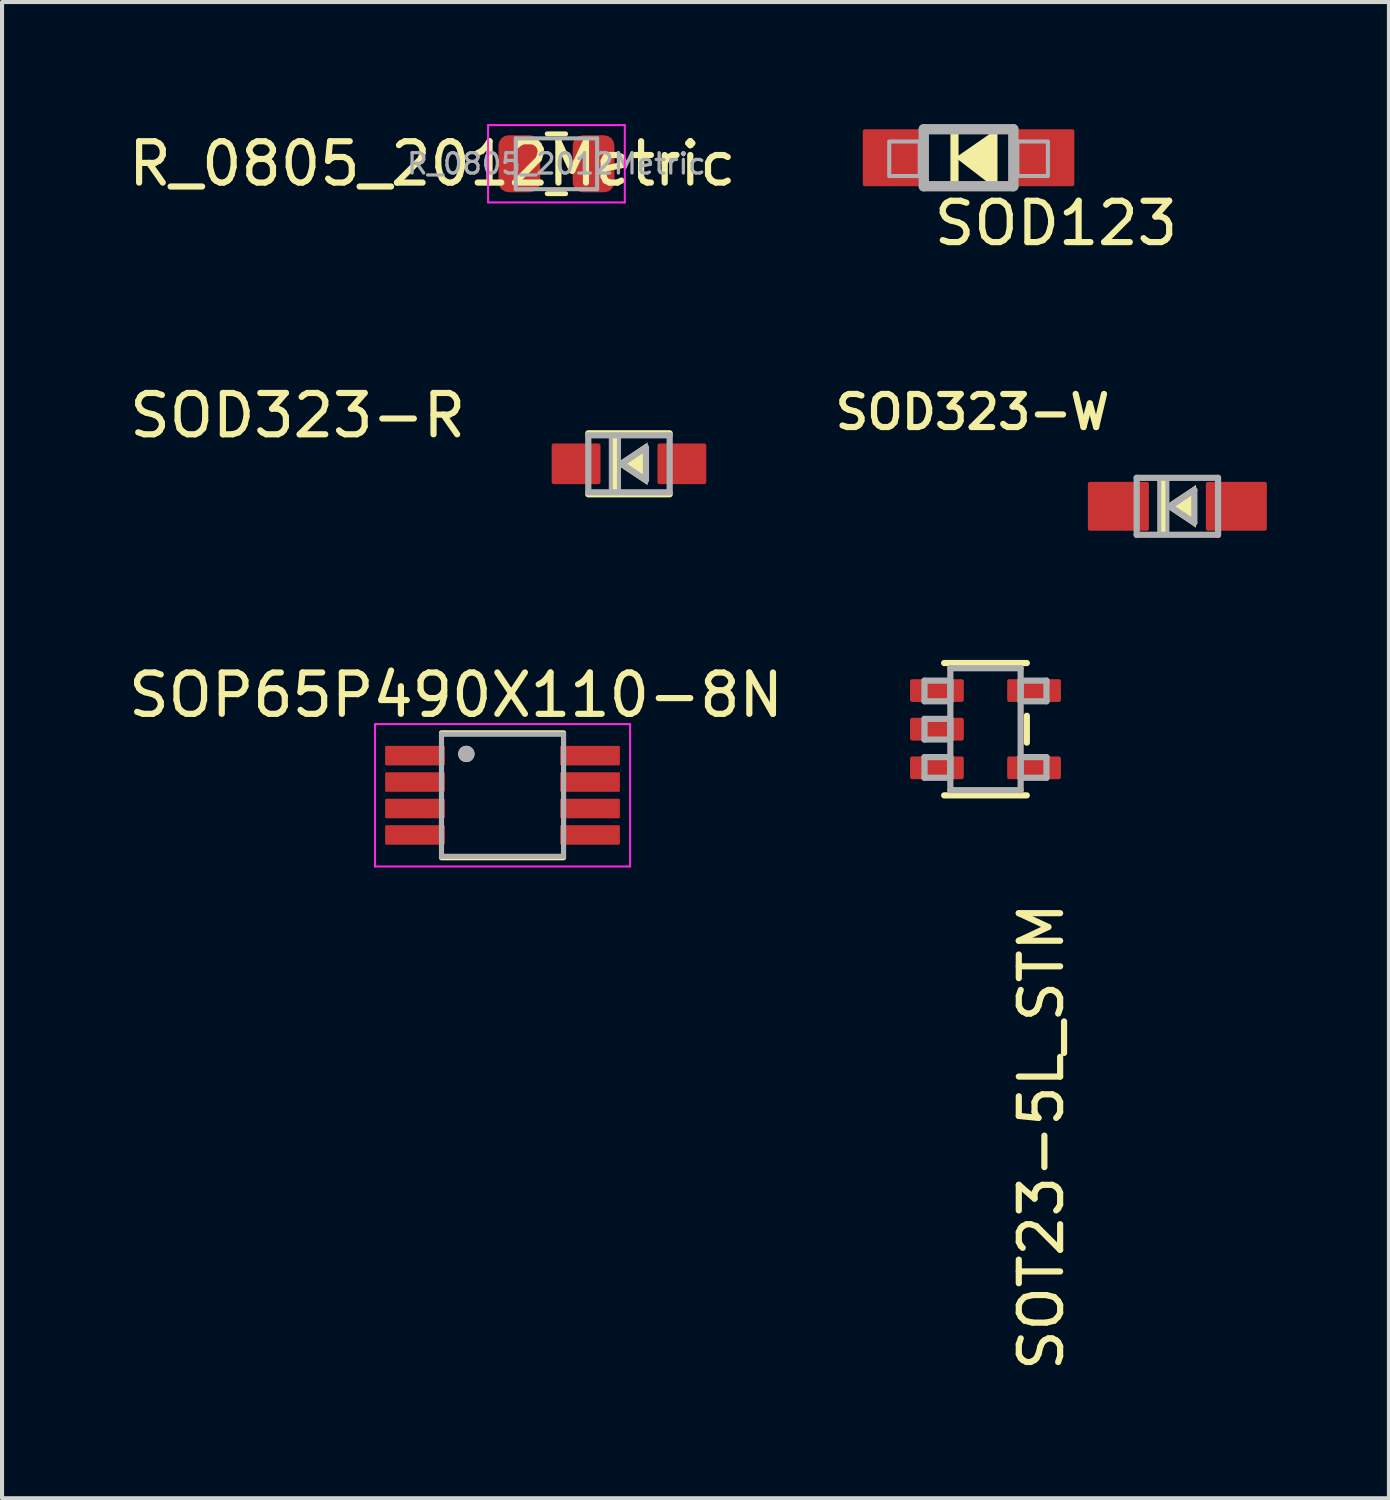
<source format=kicad_pcb>
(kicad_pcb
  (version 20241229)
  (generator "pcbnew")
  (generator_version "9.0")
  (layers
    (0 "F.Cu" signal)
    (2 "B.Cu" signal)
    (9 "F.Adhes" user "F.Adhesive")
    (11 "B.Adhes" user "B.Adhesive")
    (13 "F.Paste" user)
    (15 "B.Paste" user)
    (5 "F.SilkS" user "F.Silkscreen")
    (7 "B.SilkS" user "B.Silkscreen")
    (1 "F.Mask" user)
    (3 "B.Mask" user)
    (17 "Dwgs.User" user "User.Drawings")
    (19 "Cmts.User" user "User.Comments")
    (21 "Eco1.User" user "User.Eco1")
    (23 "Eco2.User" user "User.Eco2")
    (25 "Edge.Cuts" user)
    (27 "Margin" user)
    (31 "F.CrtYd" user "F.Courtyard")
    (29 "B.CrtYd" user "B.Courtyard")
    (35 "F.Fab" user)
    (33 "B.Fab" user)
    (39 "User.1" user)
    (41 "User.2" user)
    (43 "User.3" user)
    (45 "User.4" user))
  (footprint "SOD323-R"
    (layer "F.Cu")
    (at 12.409 8.349)
    (property "Reference" "SOD323-R" (at -3.93 -0.593 180) (layer "F.SilkS") (effects (font (size 1.016 1.016) (thickness 0.152)) (justify right bottom)))
    (attr smd)
    (fp_line (start -1 -0.75) (end 1 -0.75) (stroke (width 0.152) (type solid)) (layer "F.SilkS"))
    (fp_line (start 1 0.75) (end -1 0.75) (stroke (width 0.152) (type solid)) (layer "F.SilkS"))
    (fp_poly (pts (xy 0.457 0.523) (xy -0.328 0) (xy 0.457 -0.523)) (stroke (width 0) (type default)) (fill yes) (layer "F.SilkS"))
    (fp_poly (pts (xy -0.446 0.7) (xy -0.246 0.7) (xy -0.246 -0.7) (xy -0.446 -0.7)) (stroke (width 0) (type default)) (fill yes) (layer "F.SilkS"))
    (fp_line (start -1 -0.7) (end 1 -0.7) (stroke (width 0.152) (type solid)) (layer "F.Fab"))
    (fp_line (start -1 0.7) (end -1 -0.7) (stroke (width 0.152) (type solid)) (layer "F.Fab"))
    (fp_line (start -0.182 0) (end 0.417 -0.4) (stroke (width 0.152) (type solid)) (layer "F.Fab"))
    (fp_line (start 0.417 -0.4) (end 0.417 0.4) (stroke (width 0.152) (type solid)) (layer "F.Fab"))
    (fp_line (start 0.417 0.4) (end -0.182 0) (stroke (width 0.152) (type solid)) (layer "F.Fab"))
    (fp_line (start 1 -0.7) (end 1 0.7) (stroke (width 0.152) (type solid)) (layer "F.Fab"))
    (fp_line (start 1 0.7) (end -1 0.7) (stroke (width 0.152) (type solid)) (layer "F.Fab"))
    (fp_poly (pts (xy -0.446 0.7) (xy -0.246 0.7) (xy -0.246 -0.7) (xy -0.446 -0.7)) (stroke (width 0.1) (type default)) (fill no) (layer "F.Fab"))
    (pad "A" smd roundrect (at 1.3 0) (size 1.2 1) (layers "F.Cu" "F.Mask" "F.Paste") (roundrect_rratio 0.051))
    (pad "C" smd roundrect (at -1.3 0) (size 1.2 1) (layers "F.Cu" "F.Mask" "F.Paste") (roundrect_rratio 0.051)))
  (footprint "SOD323-W"
    (layer "F.Cu")
    (at 25.887 9.394)
    (property "Reference" "SOD323-W" (at -1.587 -1.841 180) (layer "F.SilkS") (effects (font (size 0.813 0.813) (thickness 0.152)) (justify right bottom)))
    (attr smd)
    (fp_poly (pts (xy 0.457 0.523) (xy -0.328 0) (xy 0.457 -0.523)) (stroke (width 0) (type default)) (fill yes) (layer "F.SilkS"))
    (fp_poly (pts (xy -0.446 0.7) (xy -0.246 0.7) (xy -0.246 -0.7) (xy -0.446 -0.7)) (stroke (width 0) (type default)) (fill yes) (layer "F.SilkS"))
    (fp_line (start -1 -0.7) (end 1 -0.7) (stroke (width 0.152) (type solid)) (layer "F.Fab"))
    (fp_line (start -1 0.7) (end -1 -0.7) (stroke (width 0.152) (type solid)) (layer "F.Fab"))
    (fp_line (start -0.182 0) (end 0.417 -0.4) (stroke (width 0.152) (type solid)) (layer "F.Fab"))
    (fp_line (start 0.417 -0.4) (end 0.417 0.4) (stroke (width 0.152) (type solid)) (layer "F.Fab"))
    (fp_line (start 0.417 0.4) (end -0.182 0) (stroke (width 0.152) (type solid)) (layer "F.Fab"))
    (fp_line (start 1 -0.7) (end 1 0.7) (stroke (width 0.152) (type solid)) (layer "F.Fab"))
    (fp_line (start 1 0.7) (end -1 0.7) (stroke (width 0.152) (type solid)) (layer "F.Fab"))
    (fp_poly (pts (xy -0.446 0.7) (xy -0.246 0.7) (xy -0.246 -0.7) (xy -0.446 -0.7)) (stroke (width 0.1) (type default)) (fill no) (layer "F.Fab"))
    (pad "A" smd roundrect (at 1.45 0) (size 1.5 1.2) (layers "F.Cu" "F.Mask" "F.Paste") (roundrect_rratio 0.042))
    (pad "C" smd roundrect (at -1.45 0) (size 1.5 1.2) (layers "F.Cu" "F.Mask" "F.Paste") (roundrect_rratio 0.042)))
  (footprint "SOT23-5L_STM"
    (layer "F.Cu")
    (at 21.171 14.872)
    (property "Reference" "SOT23-5L_STM" (at 0.778 4.18 270) (layer "F.SilkS") (effects (font (size 1.016 1.016) (thickness 0.152)) (justify right top)))
    (attr smd)
    (fp_line (start -1.016 1.626) (end 1.016 1.626) (stroke (width 0.152) (type solid)) (layer "F.SilkS"))
    (fp_line (start 1.016 -1.626) (end -1.016 -1.626) (stroke (width 0.152) (type solid)) (layer "F.SilkS"))
    (fp_line (start 1.016 0.33) (end 1.016 -0.33) (stroke (width 0.152) (type solid)) (layer "F.SilkS"))
    (fp_line (start -1.499 -1.194) (end -1.499 -0.686) (stroke (width 0.152) (type solid)) (layer "F.Fab"))
    (fp_line (start -1.499 -0.686) (end -0.864 -0.686) (stroke (width 0.152) (type solid)) (layer "F.Fab"))
    (fp_line (start -1.499 -0.254) (end -1.499 0.254) (stroke (width 0.152) (type solid)) (layer "F.Fab"))
    (fp_line (start -1.499 0.254) (end -0.864 0.254) (stroke (width 0.152) (type solid)) (layer "F.Fab"))
    (fp_line (start -1.499 0.686) (end -1.499 1.194) (stroke (width 0.152) (type solid)) (layer "F.Fab"))
    (fp_line (start -1.499 1.194) (end -0.864 1.194) (stroke (width 0.152) (type solid)) (layer "F.Fab"))
    (fp_line (start -0.864 -1.499) (end -0.864 1.499) (stroke (width 0.152) (type solid)) (layer "F.Fab"))
    (fp_line (start -0.864 -1.194) (end -1.499 -1.194) (stroke (width 0.152) (type solid)) (layer "F.Fab"))
    (fp_line (start -0.864 -0.686) (end -0.864 -1.194) (stroke (width 0.152) (type solid)) (layer "F.Fab"))
    (fp_line (start -0.864 -0.254) (end -1.499 -0.254) (stroke (width 0.152) (type solid)) (layer "F.Fab"))
    (fp_line (start -0.864 0.254) (end -0.864 -0.254) (stroke (width 0.152) (type solid)) (layer "F.Fab"))
    (fp_line (start -0.864 0.686) (end -1.499 0.686) (stroke (width 0.152) (type solid)) (layer "F.Fab"))
    (fp_line (start -0.864 1.194) (end -0.864 0.686) (stroke (width 0.152) (type solid)) (layer "F.Fab"))
    (fp_line (start -0.864 1.499) (end 0.864 1.499) (stroke (width 0.152) (type solid)) (layer "F.Fab"))
    (fp_line (start 0.864 -1.499) (end -0.864 -1.499) (stroke (width 0.152) (type solid)) (layer "F.Fab"))
    (fp_line (start 0.864 -1.194) (end 0.864 -0.686) (stroke (width 0.152) (type solid)) (layer "F.Fab"))
    (fp_line (start 0.864 -0.686) (end 1.499 -0.686) (stroke (width 0.152) (type solid)) (layer "F.Fab"))
    (fp_line (start 0.864 0.686) (end 0.864 1.194) (stroke (width 0.152) (type solid)) (layer "F.Fab"))
    (fp_line (start 0.864 1.194) (end 1.499 1.194) (stroke (width 0.152) (type solid)) (layer "F.Fab"))
    (fp_line (start 0.864 1.499) (end 0.864 -1.499) (stroke (width 0.152) (type solid)) (layer "F.Fab"))
    (fp_line (start 1.499 -1.194) (end 0.864 -1.194) (stroke (width 0.152) (type solid)) (layer "F.Fab"))
    (fp_line (start 1.499 -0.686) (end 1.499 -1.194) (stroke (width 0.152) (type solid)) (layer "F.Fab"))
    (fp_line (start 1.499 0.686) (end 0.864 0.686) (stroke (width 0.152) (type solid)) (layer "F.Fab"))
    (fp_line (start 1.499 1.194) (end 1.499 0.686) (stroke (width 0.152) (type solid)) (layer "F.Fab"))
    (pad "1" smd roundrect (at -1.194 -0.95) (size 1.321 0.559) (layers "F.Cu" "F.Mask" "F.Paste") (roundrect_rratio 0.091))
    (pad "2" smd roundrect (at -1.194 0) (size 1.321 0.559) (layers "F.Cu" "F.Mask" "F.Paste") (roundrect_rratio 0.091))
    (pad "3" smd roundrect (at -1.194 0.95) (size 1.321 0.559) (layers "F.Cu" "F.Mask" "F.Paste") (roundrect_rratio 0.091))
    (pad "4" smd roundrect (at 1.194 0.95) (size 1.321 0.559) (layers "F.Cu" "F.Mask" "F.Paste") (roundrect_rratio 0.091))
    (pad "5" smd roundrect (at 1.194 -0.95) (size 1.321 0.559) (layers "F.Cu" "F.Mask" "F.Paste") (roundrect_rratio 0.091)))
  (footprint "SOD123"
    (layer "F.Cu")
    (at 20.755 0.827)
    (property "Reference" "SOD123" (at -0.927 2.205 0) (layer "F.SilkS") (effects (font (size 1.016 1.016) (thickness 0.152)) (justify left bottom)))
    (attr smd)
    (fp_poly (pts (xy 0.711 0.79) (xy -0.32 -0.003) (xy 0.711 -0.717)) (stroke (width 0) (type default)) (fill yes) (layer "F.SilkS"))
    (fp_poly (pts (xy -0.446 0.7) (xy -0.246 0.7) (xy -0.246 -0.7) (xy -0.446 -0.7)) (stroke (width 0) (type default)) (fill yes) (layer "F.SilkS"))
    (fp_line (start -1.1 -0.7) (end 1.1 -0.7) (stroke (width 0.254) (type solid)) (layer "F.Fab"))
    (fp_line (start -1.1 0.7) (end -1.1 -0.7) (stroke (width 0.254) (type solid)) (layer "F.Fab"))
    (fp_line (start 1.1 -0.7) (end 1.1 0.7) (stroke (width 0.254) (type solid)) (layer "F.Fab"))
    (fp_line (start 1.1 0.7) (end -1.1 0.7) (stroke (width 0.254) (type solid)) (layer "F.Fab"))
    (fp_poly (pts (xy -1.95 0.45) (xy -1.2 0.45) (xy -1.2 -0.4) (xy -1.95 -0.4)) (stroke (width 0.1) (type default)) (fill no) (layer "F.Fab"))
    (fp_poly (pts (xy 1.2 0.45) (xy 1.95 0.45) (xy 1.95 -0.4) (xy 1.2 -0.4)) (stroke (width 0.1) (type default)) (fill no) (layer "F.Fab"))
    (pad "A" smd roundrect (at 1.9 0) (size 1.4 1.4) (layers "F.Cu" "F.Mask" "F.Paste") (roundrect_rratio 0.036))
    (pad "C" smd roundrect (at -1.9 0) (size 1.4 1.4) (layers "F.Cu" "F.Mask" "F.Paste") (roundrect_rratio 0.036)))
  (footprint "SOP65P490X110-8N"
    (layer "F.Cu")
    (at 9.301 16.496)
    (property "Reference" "SOP65P490X110-8N" (at -1.143 -2.464 0) (layer "F.SilkS") (effects (font (size 1.016 1.016) (thickness 0.152))))
    (attr smd)
    (fp_line (start -1.5 -1.535) (end 1.5 -1.535) (stroke (width 0.127) (type solid)) (layer "F.SilkS"))
    (fp_line (start -1.5 1.535) (end 1.5 1.535) (stroke (width 0.127) (type solid)) (layer "F.SilkS"))
    (fp_circle (center -0.889 -1.016) (end -0.789 -1.016) (stroke (width 0.2) (type solid)) (fill no) (layer "F.SilkS"))
    (fp_line (start -3.135 -1.75) (end -3.135 1.75) (stroke (width 0.05) (type solid)) (layer "F.CrtYd"))
    (fp_line (start -3.135 -1.75) (end 3.135 -1.75) (stroke (width 0.05) (type solid)) (layer "F.CrtYd"))
    (fp_line (start -3.135 1.75) (end 3.135 1.75) (stroke (width 0.05) (type solid)) (layer "F.CrtYd"))
    (fp_line (start 3.135 -1.75) (end 3.135 1.75) (stroke (width 0.05) (type solid)) (layer "F.CrtYd"))
    (fp_line (start -1.5 -1.5) (end -1.5 1.5) (stroke (width 0.127) (type solid)) (layer "F.Fab"))
    (fp_line (start -1.5 -1.5) (end 1.5 -1.5) (stroke (width 0.127) (type solid)) (layer "F.Fab"))
    (fp_line (start -1.5 1.5) (end 1.5 1.5) (stroke (width 0.127) (type solid)) (layer "F.Fab"))
    (fp_line (start 1.5 -1.5) (end 1.5 1.5) (stroke (width 0.127) (type solid)) (layer "F.Fab"))
    (fp_circle (center -0.889 -1.016) (end -0.789 -1.016) (stroke (width 0.2) (type solid)) (fill no) (layer "F.Fab"))
    (pad "1" smd roundrect (at -2.15 -0.975) (size 1.47 0.48) (layers "F.Cu" "F.Mask" "F.Paste") (roundrect_rratio 0.06))
    (pad "2" smd roundrect (at -2.15 -0.325) (size 1.47 0.48) (layers "F.Cu" "F.Mask" "F.Paste") (roundrect_rratio 0.06))
    (pad "3" smd roundrect (at -2.15 0.325) (size 1.47 0.48) (layers "F.Cu" "F.Mask" "F.Paste") (roundrect_rratio 0.06))
    (pad "4" smd roundrect (at -2.15 0.975) (size 1.47 0.48) (layers "F.Cu" "F.Mask" "F.Paste") (roundrect_rratio 0.06))
    (pad "5" smd roundrect (at 2.15 0.975) (size 1.47 0.48) (layers "F.Cu" "F.Mask" "F.Paste") (roundrect_rratio 0.06))
    (pad "6" smd roundrect (at 2.15 0.325) (size 1.47 0.48) (layers "F.Cu" "F.Mask" "F.Paste") (roundrect_rratio 0.06))
    (pad "7" smd roundrect (at 2.15 -0.325) (size 1.47 0.48) (layers "F.Cu" "F.Mask" "F.Paste") (roundrect_rratio 0.06))
    (pad "8" smd roundrect (at 2.15 -0.975) (size 1.47 0.48) (layers "F.Cu" "F.Mask" "F.Paste") (roundrect_rratio 0.06)))
  (footprint "R_0805_2012Metric"
    (layer "F.Cu")
    (at 10.626 0.975)
    (property "Reference" "R_0805_2012Metric" (at -3.048 0 180) (layer "F.SilkS") (effects (font (size 1.016 1.016) (thickness 0.152))))
    (attr smd)
    (fp_line (start -0.227 -0.735) (end 0.227 -0.735) (stroke (width 0.12) (type solid)) (layer "F.SilkS"))
    (fp_line (start -0.227 0.735) (end 0.227 0.735) (stroke (width 0.12) (type solid)) (layer "F.SilkS"))
    (fp_line (start -1.68 -0.95) (end 1.68 -0.95) (stroke (width 0.05) (type solid)) (layer "F.CrtYd"))
    (fp_line (start -1.68 0.95) (end -1.68 -0.95) (stroke (width 0.05) (type solid)) (layer "F.CrtYd"))
    (fp_line (start 1.68 -0.95) (end 1.68 0.95) (stroke (width 0.05) (type solid)) (layer "F.CrtYd"))
    (fp_line (start 1.68 0.95) (end -1.68 0.95) (stroke (width 0.05) (type solid)) (layer "F.CrtYd"))
    (fp_line (start -1 -0.625) (end 1 -0.625) (stroke (width 0.1) (type solid)) (layer "F.Fab"))
    (fp_line (start -1 0.625) (end -1 -0.625) (stroke (width 0.1) (type solid)) (layer "F.Fab"))
    (fp_line (start 1 -0.625) (end 1 0.625) (stroke (width 0.1) (type solid)) (layer "F.Fab"))
    (fp_line (start 1 0.625) (end -1 0.625) (stroke (width 0.1) (type solid)) (layer "F.Fab"))
    (fp_text user "${REFERENCE}" (at 0 0 180) (layer "F.Fab") (effects (font (size 0.5 0.5) (thickness 0.08))))
    (pad "1" smd roundrect (at -0.912 0) (size 1.025 1.4) (layers "F.Cu" "F.Mask" "F.Paste") (roundrect_rratio 0.244))
    (pad "2" smd roundrect (at 0.912 0) (size 1.025 1.4) (layers "F.Cu" "F.Mask" "F.Paste") (roundrect_rratio 0.244)))
  (gr_rect
    (start -3 -3)
    (end 31.087 33.773)
    (stroke (width 0.1) (type default))
    (fill no)
    (layer "Edge.Cuts")))
</source>
